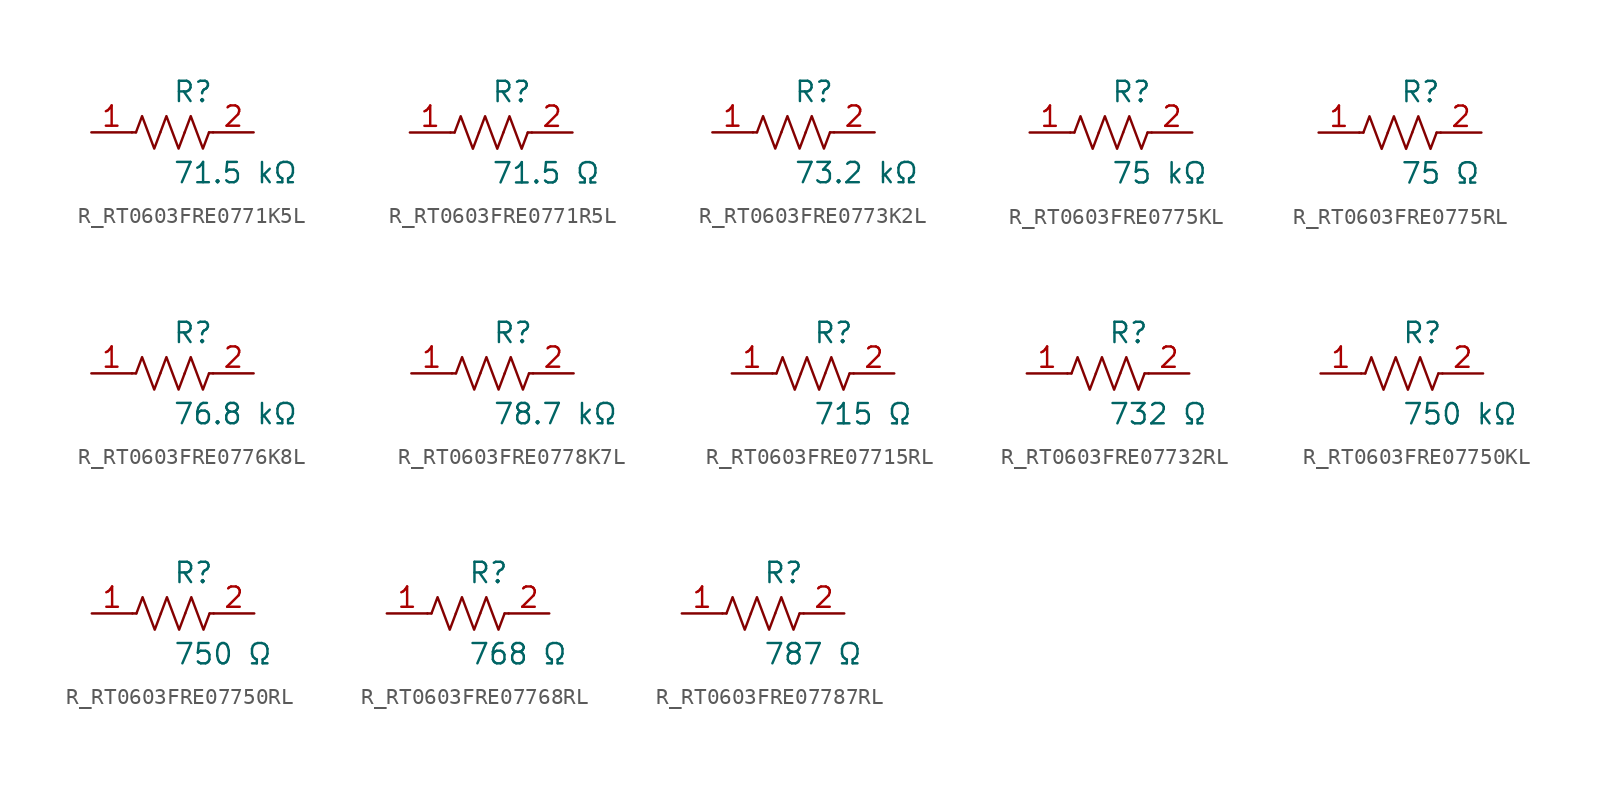
<source format=kicad_sym>
(kicad_symbol_lib
  (version 20231120)
  (generator kicad_symbol_editor)
  (generator_version 8.0)
  (symbol "R_RT0603FRE0771K5L"
    (pin_names
      (offset 0.254))
    (property "Reference" "R"
      (at 0.0 2.54 0)
      (effects (font (size 1.27 1.27)) (justify left)))
    (property "Value" "71.5 kΩ"
      (at 0.0 -2.54 0)
      (effects (font (size 1.27 1.27)) (justify left)))
    (symbol "R_RT0603FRE0771K5L_0_1"
      (polyline (pts (xy 2.286 0) (xy 2.54 0)) (stroke (width 0) (type default)) (fill (type none)))
      (polyline (pts (xy -2.286 0) (xy -2.54 0)) (stroke (width 0) (type default)) (fill (type none)))
      (polyline (pts (xy 0.762 0) (xy 1.143 1.016) (xy 1.524 0) (xy 1.905 -1.016) (xy 2.286 0)) (stroke (width 0) (type default)) (fill (type none)))
      (polyline (pts (xy -0.762 0) (xy -0.381 1.016) (xy 0 0) (xy 0.381 -1.016) (xy 0.762 0)) (stroke (width 0) (type default)) (fill (type none)))
      (polyline (pts (xy -2.286 0) (xy -1.905 1.016) (xy -1.524 0) (xy -1.143 -1.016) (xy -0.762 0)) (stroke (width 0) (type default)) (fill (type none))))
    (pin unspecified line
      (at -5.08 0 0)
      (length 2.54)
      (name "" (effects (font (size 1.27 1.27))))
      (number "1" (effects (font (size 1.27 1.27)))))
    (pin unspecified line
      (at 5.08 0 180)
      (length 2.54)
      (name "" (effects (font (size 1.27 1.27))))
      (number "2" (effects (font (size 1.27 1.27))))))
  (symbol "R_RT0603FRE0771R5L"
    (pin_names
      (offset 0.254))
    (property "Reference" "R"
      (at 0.0 2.54 0)
      (effects (font (size 1.27 1.27)) (justify left)))
    (property "Value" "71.5 Ω"
      (at 0.0 -2.54 0)
      (effects (font (size 1.27 1.27)) (justify left)))
    (symbol "R_RT0603FRE0771R5L_0_1"
      (polyline (pts (xy 2.286 0) (xy 2.54 0)) (stroke (width 0) (type default)) (fill (type none)))
      (polyline (pts (xy -2.286 0) (xy -2.54 0)) (stroke (width 0) (type default)) (fill (type none)))
      (polyline (pts (xy 0.762 0) (xy 1.143 1.016) (xy 1.524 0) (xy 1.905 -1.016) (xy 2.286 0)) (stroke (width 0) (type default)) (fill (type none)))
      (polyline (pts (xy -0.762 0) (xy -0.381 1.016) (xy 0 0) (xy 0.381 -1.016) (xy 0.762 0)) (stroke (width 0) (type default)) (fill (type none)))
      (polyline (pts (xy -2.286 0) (xy -1.905 1.016) (xy -1.524 0) (xy -1.143 -1.016) (xy -0.762 0)) (stroke (width 0) (type default)) (fill (type none))))
    (pin unspecified line
      (at -5.08 0 0)
      (length 2.54)
      (name "" (effects (font (size 1.27 1.27))))
      (number "1" (effects (font (size 1.27 1.27)))))
    (pin unspecified line
      (at 5.08 0 180)
      (length 2.54)
      (name "" (effects (font (size 1.27 1.27))))
      (number "2" (effects (font (size 1.27 1.27))))))
  (symbol "R_RT0603FRE0773K2L"
    (pin_names
      (offset 0.254))
    (property "Reference" "R"
      (at 0.0 2.54 0)
      (effects (font (size 1.27 1.27)) (justify left)))
    (property "Value" "73.2 kΩ"
      (at 0.0 -2.54 0)
      (effects (font (size 1.27 1.27)) (justify left)))
    (symbol "R_RT0603FRE0773K2L_0_1"
      (polyline (pts (xy 2.286 0) (xy 2.54 0)) (stroke (width 0) (type default)) (fill (type none)))
      (polyline (pts (xy -2.286 0) (xy -2.54 0)) (stroke (width 0) (type default)) (fill (type none)))
      (polyline (pts (xy 0.762 0) (xy 1.143 1.016) (xy 1.524 0) (xy 1.905 -1.016) (xy 2.286 0)) (stroke (width 0) (type default)) (fill (type none)))
      (polyline (pts (xy -0.762 0) (xy -0.381 1.016) (xy 0 0) (xy 0.381 -1.016) (xy 0.762 0)) (stroke (width 0) (type default)) (fill (type none)))
      (polyline (pts (xy -2.286 0) (xy -1.905 1.016) (xy -1.524 0) (xy -1.143 -1.016) (xy -0.762 0)) (stroke (width 0) (type default)) (fill (type none))))
    (pin unspecified line
      (at -5.08 0 0)
      (length 2.54)
      (name "" (effects (font (size 1.27 1.27))))
      (number "1" (effects (font (size 1.27 1.27)))))
    (pin unspecified line
      (at 5.08 0 180)
      (length 2.54)
      (name "" (effects (font (size 1.27 1.27))))
      (number "2" (effects (font (size 1.27 1.27))))))
  (symbol "R_RT0603FRE0775KL"
    (pin_names
      (offset 0.254))
    (property "Reference" "R"
      (at 0.0 2.54 0)
      (effects (font (size 1.27 1.27)) (justify left)))
    (property "Value" "75 kΩ"
      (at 0.0 -2.54 0)
      (effects (font (size 1.27 1.27)) (justify left)))
    (symbol "R_RT0603FRE0775KL_0_1"
      (polyline (pts (xy 2.286 0) (xy 2.54 0)) (stroke (width 0) (type default)) (fill (type none)))
      (polyline (pts (xy -2.286 0) (xy -2.54 0)) (stroke (width 0) (type default)) (fill (type none)))
      (polyline (pts (xy 0.762 0) (xy 1.143 1.016) (xy 1.524 0) (xy 1.905 -1.016) (xy 2.286 0)) (stroke (width 0) (type default)) (fill (type none)))
      (polyline (pts (xy -0.762 0) (xy -0.381 1.016) (xy 0 0) (xy 0.381 -1.016) (xy 0.762 0)) (stroke (width 0) (type default)) (fill (type none)))
      (polyline (pts (xy -2.286 0) (xy -1.905 1.016) (xy -1.524 0) (xy -1.143 -1.016) (xy -0.762 0)) (stroke (width 0) (type default)) (fill (type none))))
    (pin unspecified line
      (at -5.08 0 0)
      (length 2.54)
      (name "" (effects (font (size 1.27 1.27))))
      (number "1" (effects (font (size 1.27 1.27)))))
    (pin unspecified line
      (at 5.08 0 180)
      (length 2.54)
      (name "" (effects (font (size 1.27 1.27))))
      (number "2" (effects (font (size 1.27 1.27))))))
  (symbol "R_RT0603FRE0775RL"
    (pin_names
      (offset 0.254))
    (property "Reference" "R"
      (at 0.0 2.54 0)
      (effects (font (size 1.27 1.27)) (justify left)))
    (property "Value" "75 Ω"
      (at 0.0 -2.54 0)
      (effects (font (size 1.27 1.27)) (justify left)))
    (symbol "R_RT0603FRE0775RL_0_1"
      (polyline (pts (xy 2.286 0) (xy 2.54 0)) (stroke (width 0) (type default)) (fill (type none)))
      (polyline (pts (xy -2.286 0) (xy -2.54 0)) (stroke (width 0) (type default)) (fill (type none)))
      (polyline (pts (xy 0.762 0) (xy 1.143 1.016) (xy 1.524 0) (xy 1.905 -1.016) (xy 2.286 0)) (stroke (width 0) (type default)) (fill (type none)))
      (polyline (pts (xy -0.762 0) (xy -0.381 1.016) (xy 0 0) (xy 0.381 -1.016) (xy 0.762 0)) (stroke (width 0) (type default)) (fill (type none)))
      (polyline (pts (xy -2.286 0) (xy -1.905 1.016) (xy -1.524 0) (xy -1.143 -1.016) (xy -0.762 0)) (stroke (width 0) (type default)) (fill (type none))))
    (pin unspecified line
      (at -5.08 0 0)
      (length 2.54)
      (name "" (effects (font (size 1.27 1.27))))
      (number "1" (effects (font (size 1.27 1.27)))))
    (pin unspecified line
      (at 5.08 0 180)
      (length 2.54)
      (name "" (effects (font (size 1.27 1.27))))
      (number "2" (effects (font (size 1.27 1.27))))))
  (symbol "R_RT0603FRE0776K8L"
    (pin_names
      (offset 0.254))
    (property "Reference" "R"
      (at 0.0 2.54 0)
      (effects (font (size 1.27 1.27)) (justify left)))
    (property "Value" "76.8 kΩ"
      (at 0.0 -2.54 0)
      (effects (font (size 1.27 1.27)) (justify left)))
    (symbol "R_RT0603FRE0776K8L_0_1"
      (polyline (pts (xy 2.286 0) (xy 2.54 0)) (stroke (width 0) (type default)) (fill (type none)))
      (polyline (pts (xy -2.286 0) (xy -2.54 0)) (stroke (width 0) (type default)) (fill (type none)))
      (polyline (pts (xy 0.762 0) (xy 1.143 1.016) (xy 1.524 0) (xy 1.905 -1.016) (xy 2.286 0)) (stroke (width 0) (type default)) (fill (type none)))
      (polyline (pts (xy -0.762 0) (xy -0.381 1.016) (xy 0 0) (xy 0.381 -1.016) (xy 0.762 0)) (stroke (width 0) (type default)) (fill (type none)))
      (polyline (pts (xy -2.286 0) (xy -1.905 1.016) (xy -1.524 0) (xy -1.143 -1.016) (xy -0.762 0)) (stroke (width 0) (type default)) (fill (type none))))
    (pin unspecified line
      (at -5.08 0 0)
      (length 2.54)
      (name "" (effects (font (size 1.27 1.27))))
      (number "1" (effects (font (size 1.27 1.27)))))
    (pin unspecified line
      (at 5.08 0 180)
      (length 2.54)
      (name "" (effects (font (size 1.27 1.27))))
      (number "2" (effects (font (size 1.27 1.27))))))
  (symbol "R_RT0603FRE0778K7L"
    (pin_names
      (offset 0.254))
    (property "Reference" "R"
      (at 0.0 2.54 0)
      (effects (font (size 1.27 1.27)) (justify left)))
    (property "Value" "78.7 kΩ"
      (at 0.0 -2.54 0)
      (effects (font (size 1.27 1.27)) (justify left)))
    (symbol "R_RT0603FRE0778K7L_0_1"
      (polyline (pts (xy 2.286 0) (xy 2.54 0)) (stroke (width 0) (type default)) (fill (type none)))
      (polyline (pts (xy -2.286 0) (xy -2.54 0)) (stroke (width 0) (type default)) (fill (type none)))
      (polyline (pts (xy 0.762 0) (xy 1.143 1.016) (xy 1.524 0) (xy 1.905 -1.016) (xy 2.286 0)) (stroke (width 0) (type default)) (fill (type none)))
      (polyline (pts (xy -0.762 0) (xy -0.381 1.016) (xy 0 0) (xy 0.381 -1.016) (xy 0.762 0)) (stroke (width 0) (type default)) (fill (type none)))
      (polyline (pts (xy -2.286 0) (xy -1.905 1.016) (xy -1.524 0) (xy -1.143 -1.016) (xy -0.762 0)) (stroke (width 0) (type default)) (fill (type none))))
    (pin unspecified line
      (at -5.08 0 0)
      (length 2.54)
      (name "" (effects (font (size 1.27 1.27))))
      (number "1" (effects (font (size 1.27 1.27)))))
    (pin unspecified line
      (at 5.08 0 180)
      (length 2.54)
      (name "" (effects (font (size 1.27 1.27))))
      (number "2" (effects (font (size 1.27 1.27))))))
  (symbol "R_RT0603FRE07715RL"
    (pin_names
      (offset 0.254))
    (property "Reference" "R"
      (at 0.0 2.54 0)
      (effects (font (size 1.27 1.27)) (justify left)))
    (property "Value" "715 Ω"
      (at 0.0 -2.54 0)
      (effects (font (size 1.27 1.27)) (justify left)))
    (symbol "R_RT0603FRE07715RL_0_1"
      (polyline (pts (xy 2.286 0) (xy 2.54 0)) (stroke (width 0) (type default)) (fill (type none)))
      (polyline (pts (xy -2.286 0) (xy -2.54 0)) (stroke (width 0) (type default)) (fill (type none)))
      (polyline (pts (xy 0.762 0) (xy 1.143 1.016) (xy 1.524 0) (xy 1.905 -1.016) (xy 2.286 0)) (stroke (width 0) (type default)) (fill (type none)))
      (polyline (pts (xy -0.762 0) (xy -0.381 1.016) (xy 0 0) (xy 0.381 -1.016) (xy 0.762 0)) (stroke (width 0) (type default)) (fill (type none)))
      (polyline (pts (xy -2.286 0) (xy -1.905 1.016) (xy -1.524 0) (xy -1.143 -1.016) (xy -0.762 0)) (stroke (width 0) (type default)) (fill (type none))))
    (pin unspecified line
      (at -5.08 0 0)
      (length 2.54)
      (name "" (effects (font (size 1.27 1.27))))
      (number "1" (effects (font (size 1.27 1.27)))))
    (pin unspecified line
      (at 5.08 0 180)
      (length 2.54)
      (name "" (effects (font (size 1.27 1.27))))
      (number "2" (effects (font (size 1.27 1.27))))))
  (symbol "R_RT0603FRE07732RL"
    (pin_names
      (offset 0.254))
    (property "Reference" "R"
      (at 0.0 2.54 0)
      (effects (font (size 1.27 1.27)) (justify left)))
    (property "Value" "732 Ω"
      (at 0.0 -2.54 0)
      (effects (font (size 1.27 1.27)) (justify left)))
    (symbol "R_RT0603FRE07732RL_0_1"
      (polyline (pts (xy 2.286 0) (xy 2.54 0)) (stroke (width 0) (type default)) (fill (type none)))
      (polyline (pts (xy -2.286 0) (xy -2.54 0)) (stroke (width 0) (type default)) (fill (type none)))
      (polyline (pts (xy 0.762 0) (xy 1.143 1.016) (xy 1.524 0) (xy 1.905 -1.016) (xy 2.286 0)) (stroke (width 0) (type default)) (fill (type none)))
      (polyline (pts (xy -0.762 0) (xy -0.381 1.016) (xy 0 0) (xy 0.381 -1.016) (xy 0.762 0)) (stroke (width 0) (type default)) (fill (type none)))
      (polyline (pts (xy -2.286 0) (xy -1.905 1.016) (xy -1.524 0) (xy -1.143 -1.016) (xy -0.762 0)) (stroke (width 0) (type default)) (fill (type none))))
    (pin unspecified line
      (at -5.08 0 0)
      (length 2.54)
      (name "" (effects (font (size 1.27 1.27))))
      (number "1" (effects (font (size 1.27 1.27)))))
    (pin unspecified line
      (at 5.08 0 180)
      (length 2.54)
      (name "" (effects (font (size 1.27 1.27))))
      (number "2" (effects (font (size 1.27 1.27))))))
  (symbol "R_RT0603FRE07750KL"
    (pin_names
      (offset 0.254))
    (property "Reference" "R"
      (at 0.0 2.54 0)
      (effects (font (size 1.27 1.27)) (justify left)))
    (property "Value" "750 kΩ"
      (at 0.0 -2.54 0)
      (effects (font (size 1.27 1.27)) (justify left)))
    (symbol "R_RT0603FRE07750KL_0_1"
      (polyline (pts (xy 2.286 0) (xy 2.54 0)) (stroke (width 0) (type default)) (fill (type none)))
      (polyline (pts (xy -2.286 0) (xy -2.54 0)) (stroke (width 0) (type default)) (fill (type none)))
      (polyline (pts (xy 0.762 0) (xy 1.143 1.016) (xy 1.524 0) (xy 1.905 -1.016) (xy 2.286 0)) (stroke (width 0) (type default)) (fill (type none)))
      (polyline (pts (xy -0.762 0) (xy -0.381 1.016) (xy 0 0) (xy 0.381 -1.016) (xy 0.762 0)) (stroke (width 0) (type default)) (fill (type none)))
      (polyline (pts (xy -2.286 0) (xy -1.905 1.016) (xy -1.524 0) (xy -1.143 -1.016) (xy -0.762 0)) (stroke (width 0) (type default)) (fill (type none))))
    (pin unspecified line
      (at -5.08 0 0)
      (length 2.54)
      (name "" (effects (font (size 1.27 1.27))))
      (number "1" (effects (font (size 1.27 1.27)))))
    (pin unspecified line
      (at 5.08 0 180)
      (length 2.54)
      (name "" (effects (font (size 1.27 1.27))))
      (number "2" (effects (font (size 1.27 1.27))))))
  (symbol "R_RT0603FRE07750RL"
    (pin_names
      (offset 0.254))
    (property "Reference" "R"
      (at 0.0 2.54 0)
      (effects (font (size 1.27 1.27)) (justify left)))
    (property "Value" "750 Ω"
      (at 0.0 -2.54 0)
      (effects (font (size 1.27 1.27)) (justify left)))
    (symbol "R_RT0603FRE07750RL_0_1"
      (polyline (pts (xy 2.286 0) (xy 2.54 0)) (stroke (width 0) (type default)) (fill (type none)))
      (polyline (pts (xy -2.286 0) (xy -2.54 0)) (stroke (width 0) (type default)) (fill (type none)))
      (polyline (pts (xy 0.762 0) (xy 1.143 1.016) (xy 1.524 0) (xy 1.905 -1.016) (xy 2.286 0)) (stroke (width 0) (type default)) (fill (type none)))
      (polyline (pts (xy -0.762 0) (xy -0.381 1.016) (xy 0 0) (xy 0.381 -1.016) (xy 0.762 0)) (stroke (width 0) (type default)) (fill (type none)))
      (polyline (pts (xy -2.286 0) (xy -1.905 1.016) (xy -1.524 0) (xy -1.143 -1.016) (xy -0.762 0)) (stroke (width 0) (type default)) (fill (type none))))
    (pin unspecified line
      (at -5.08 0 0)
      (length 2.54)
      (name "" (effects (font (size 1.27 1.27))))
      (number "1" (effects (font (size 1.27 1.27)))))
    (pin unspecified line
      (at 5.08 0 180)
      (length 2.54)
      (name "" (effects (font (size 1.27 1.27))))
      (number "2" (effects (font (size 1.27 1.27))))))
  (symbol "R_RT0603FRE07768RL"
    (pin_names
      (offset 0.254))
    (property "Reference" "R"
      (at 0.0 2.54 0)
      (effects (font (size 1.27 1.27)) (justify left)))
    (property "Value" "768 Ω"
      (at 0.0 -2.54 0)
      (effects (font (size 1.27 1.27)) (justify left)))
    (symbol "R_RT0603FRE07768RL_0_1"
      (polyline (pts (xy 2.286 0) (xy 2.54 0)) (stroke (width 0) (type default)) (fill (type none)))
      (polyline (pts (xy -2.286 0) (xy -2.54 0)) (stroke (width 0) (type default)) (fill (type none)))
      (polyline (pts (xy 0.762 0) (xy 1.143 1.016) (xy 1.524 0) (xy 1.905 -1.016) (xy 2.286 0)) (stroke (width 0) (type default)) (fill (type none)))
      (polyline (pts (xy -0.762 0) (xy -0.381 1.016) (xy 0 0) (xy 0.381 -1.016) (xy 0.762 0)) (stroke (width 0) (type default)) (fill (type none)))
      (polyline (pts (xy -2.286 0) (xy -1.905 1.016) (xy -1.524 0) (xy -1.143 -1.016) (xy -0.762 0)) (stroke (width 0) (type default)) (fill (type none))))
    (pin unspecified line
      (at -5.08 0 0)
      (length 2.54)
      (name "" (effects (font (size 1.27 1.27))))
      (number "1" (effects (font (size 1.27 1.27)))))
    (pin unspecified line
      (at 5.08 0 180)
      (length 2.54)
      (name "" (effects (font (size 1.27 1.27))))
      (number "2" (effects (font (size 1.27 1.27))))))
  (symbol "R_RT0603FRE07787RL"
    (pin_names
      (offset 0.254))
    (property "Reference" "R"
      (at 0.0 2.54 0)
      (effects (font (size 1.27 1.27)) (justify left)))
    (property "Value" "787 Ω"
      (at 0.0 -2.54 0)
      (effects (font (size 1.27 1.27)) (justify left)))
    (symbol "R_RT0603FRE07787RL_0_1"
      (polyline (pts (xy 2.286 0) (xy 2.54 0)) (stroke (width 0) (type default)) (fill (type none)))
      (polyline (pts (xy -2.286 0) (xy -2.54 0)) (stroke (width 0) (type default)) (fill (type none)))
      (polyline (pts (xy 0.762 0) (xy 1.143 1.016) (xy 1.524 0) (xy 1.905 -1.016) (xy 2.286 0)) (stroke (width 0) (type default)) (fill (type none)))
      (polyline (pts (xy -0.762 0) (xy -0.381 1.016) (xy 0 0) (xy 0.381 -1.016) (xy 0.762 0)) (stroke (width 0) (type default)) (fill (type none)))
      (polyline (pts (xy -2.286 0) (xy -1.905 1.016) (xy -1.524 0) (xy -1.143 -1.016) (xy -0.762 0)) (stroke (width 0) (type default)) (fill (type none))))
    (pin unspecified line
      (at -5.08 0 0)
      (length 2.54)
      (name "" (effects (font (size 1.27 1.27))))
      (number "1" (effects (font (size 1.27 1.27)))))
    (pin unspecified line
      (at 5.08 0 180)
      (length 2.54)
      (name "" (effects (font (size 1.27 1.27))))
      (number "2" (effects (font (size 1.27 1.27)))))))
</source>
